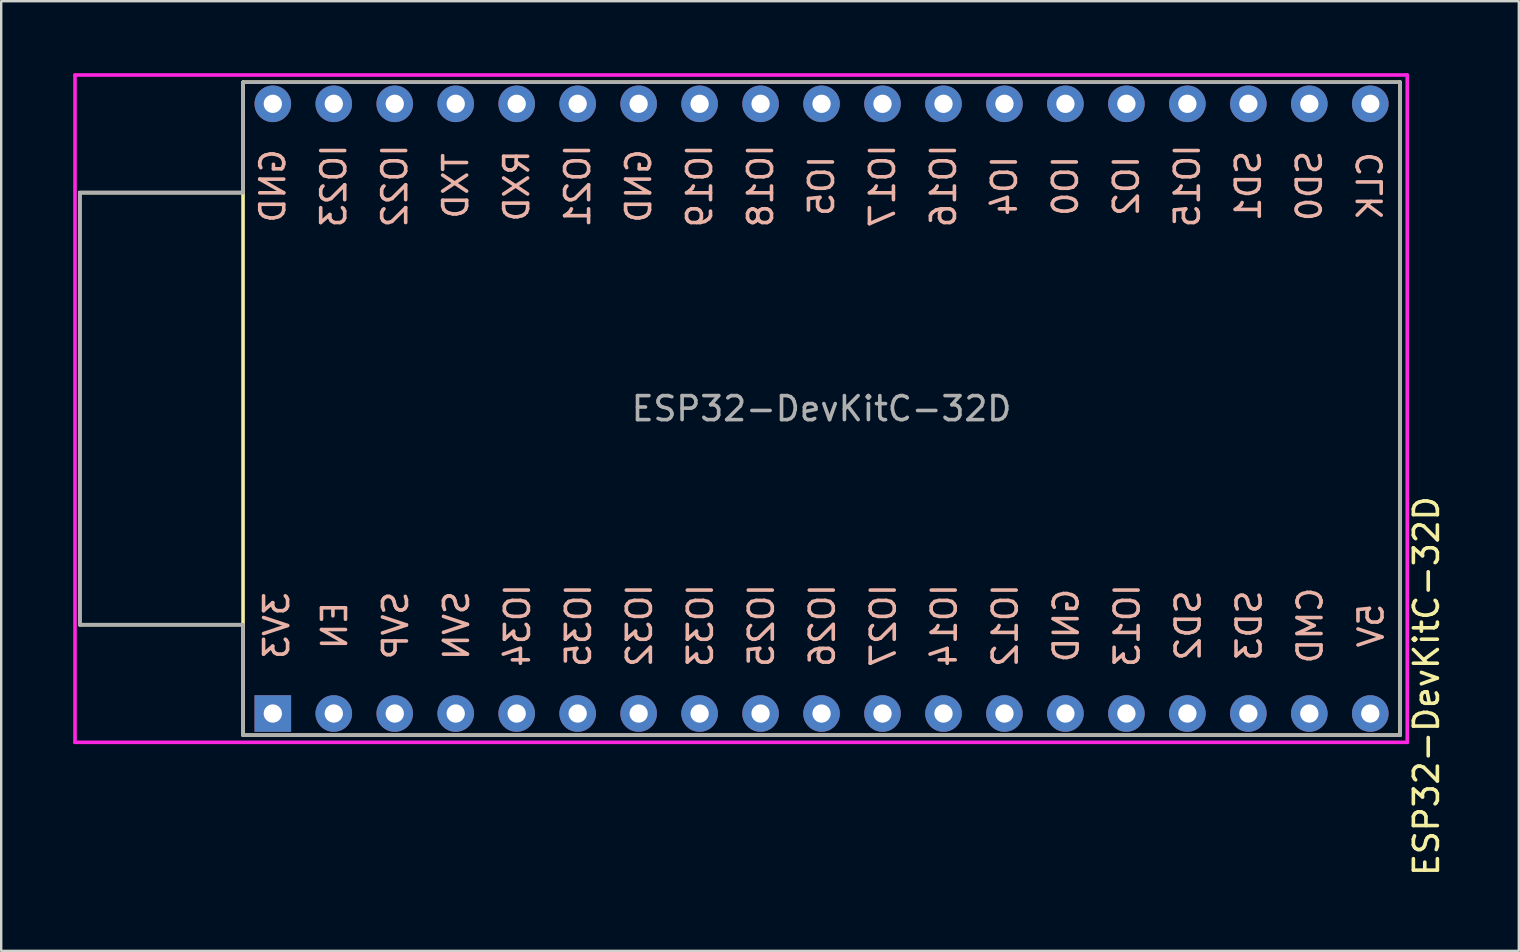
<source format=kicad_pcb>
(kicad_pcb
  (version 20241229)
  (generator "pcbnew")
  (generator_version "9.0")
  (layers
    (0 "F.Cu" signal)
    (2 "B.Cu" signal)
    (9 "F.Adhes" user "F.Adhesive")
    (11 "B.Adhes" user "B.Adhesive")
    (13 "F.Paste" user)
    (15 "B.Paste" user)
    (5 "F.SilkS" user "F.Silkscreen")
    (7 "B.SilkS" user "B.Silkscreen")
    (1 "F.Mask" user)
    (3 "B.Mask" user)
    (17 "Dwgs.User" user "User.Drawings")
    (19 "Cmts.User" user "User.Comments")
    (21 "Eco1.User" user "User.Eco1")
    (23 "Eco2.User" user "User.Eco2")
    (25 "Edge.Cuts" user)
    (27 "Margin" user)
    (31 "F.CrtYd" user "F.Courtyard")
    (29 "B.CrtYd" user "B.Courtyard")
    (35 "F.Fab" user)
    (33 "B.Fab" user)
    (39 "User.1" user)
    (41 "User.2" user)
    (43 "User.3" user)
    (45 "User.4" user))
  (footprint "ESP32-DevKitC-32D"
    (layer "F.Cu")
    (at 31.175 13.975)
    (property "Reference" "ESP32-DevKitC-32D" (at 25.2 11.557 90) (layer "F.SilkS") (effects (font (size 1 1) (thickness 0.15))))
    (attr through_hole)
    (fp_line (start -30.9 -9) (end -30.9 9) (stroke (width 0.15) (type solid)) (layer "F.SilkS"))
    (fp_line (start -30.9 -9) (end -24.1 -9) (stroke (width 0.15) (type solid)) (layer "F.SilkS"))
    (fp_line (start -24.1 -13.6) (end -24.1 13.6) (stroke (width 0.15) (type solid)) (layer "F.SilkS"))
    (fp_line (start -24.1 9) (end -30.9 9) (stroke (width 0.15) (type solid)) (layer "F.SilkS"))
    (fp_line (start -24.1 13.6) (end 24.1 13.6) (stroke (width 0.15) (type solid)) (layer "F.SilkS"))
    (fp_line (start 24.1 -13.6) (end -24.1 -13.6) (stroke (width 0.15) (type solid)) (layer "F.SilkS"))
    (fp_line (start 24.1 -13.6) (end 24.1 13.6) (stroke (width 0.15) (type solid)) (layer "F.SilkS"))
    (fp_line (start -31.1 -13.9) (end 24.4 -13.9) (stroke (width 0.15) (type solid)) (layer "F.CrtYd"))
    (fp_line (start -31.1 13.9) (end -31.1 -13.9) (stroke (width 0.15) (type solid)) (layer "F.CrtYd"))
    (fp_line (start 24.4 -13.9) (end 24.4 13.9) (stroke (width 0.15) (type solid)) (layer "F.CrtYd"))
    (fp_line (start 24.4 13.9) (end -31.1 13.9) (stroke (width 0.15) (type solid)) (layer "F.CrtYd"))
    (fp_line (start -30.9 -9) (end -24.1 -9) (stroke (width 0.15) (type solid)) (layer "F.Fab"))
    (fp_line (start -30.9 9) (end -30.9 -9) (stroke (width 0.15) (type solid)) (layer "F.Fab"))
    (fp_line (start -24.1 -13.6) (end 24.1 -13.6) (stroke (width 0.15) (type solid)) (layer "F.Fab"))
    (fp_line (start -24.1 -9) (end -24.1 -13.6) (stroke (width 0.15) (type solid)) (layer "F.Fab"))
    (fp_line (start -24.1 9) (end -30.9 9) (stroke (width 0.15) (type solid)) (layer "F.Fab"))
    (fp_line (start -24.1 13.6) (end -24.1 9) (stroke (width 0.15) (type solid)) (layer "F.Fab"))
    (fp_line (start 24.1 -13.6) (end 24.1 13.6) (stroke (width 0.15) (type solid)) (layer "F.Fab"))
    (fp_line (start 24.1 13.6) (end -24.1 13.6) (stroke (width 0.15) (type solid)) (layer "F.Fab"))
    (fp_text user "IO26" (at 0.033 9.034 270) (layer "B.SilkS") (effects (font (size 1 1) (thickness 0.15)) (justify mirror)))
    (fp_text user "GND" (at 10.193 9.034 270) (layer "B.SilkS") (effects (font (size 1 1) (thickness 0.15)) (justify mirror)))
    (fp_text user "IO21" (at -10.16 -9.278 270) (layer "B.SilkS") (effects (font (size 1 1) (thickness 0.15)) (justify mirror)))
    (fp_text user "TXD" (at -15.24 -9.278 270) (layer "B.SilkS") (effects (font (size 1 1) (thickness 0.15)) (justify mirror)))
    (fp_text user "IO0" (at 10.16 -9.278 270) (layer "B.SilkS") (effects (font (size 1 1) (thickness 0.15)) (justify mirror)))
    (fp_text user "IO4" (at 7.62 -9.278 270) (layer "B.SilkS") (effects (font (size 1 1) (thickness 0.15)) (justify mirror)))
    (fp_text user "IO19" (at -5.08 -9.278 270) (layer "B.SilkS") (effects (font (size 1 1) (thickness 0.15)) (justify mirror)))
    (fp_text user "SD3" (at 17.813 9.034 270) (layer "B.SilkS") (effects (font (size 1 1) (thickness 0.15)) (justify mirror)))
    (fp_text user "IO15" (at 15.24 -9.278 270) (layer "B.SilkS") (effects (font (size 1 1) (thickness 0.15)) (justify mirror)))
    (fp_text user "SVN" (at -15.207 9.034 270) (layer "B.SilkS") (effects (font (size 1 1) (thickness 0.15)) (justify mirror)))
    (fp_text user "SVP" (at -17.747 9.034 270) (layer "B.SilkS") (effects (font (size 1 1) (thickness 0.15)) (justify mirror)))
    (fp_text user "CMD" (at 20.353 9.034 270) (layer "B.SilkS") (effects (font (size 1 1) (thickness 0.15)) (justify mirror)))
    (fp_text user "IO22" (at -17.78 -9.278 270) (layer "B.SilkS") (effects (font (size 1 1) (thickness 0.15)) (justify mirror)))
    (fp_text user "IO35" (at -10.127 9.034 270) (layer "B.SilkS") (effects (font (size 1 1) (thickness 0.15)) (justify mirror)))
    (fp_text user "RXD" (at -12.7 -9.278 270) (layer "B.SilkS") (effects (font (size 1 1) (thickness 0.15)) (justify mirror)))
    (fp_text user "IO23" (at -20.32 -9.278 270) (layer "B.SilkS") (effects (font (size 1 1) (thickness 0.15)) (justify mirror)))
    (fp_text user "IO32" (at -7.587 9.034 270) (layer "B.SilkS") (effects (font (size 1 1) (thickness 0.15)) (justify mirror)))
    (fp_text user "5V" (at 22.893 9.034 270) (layer "B.SilkS") (effects (font (size 1 1) (thickness 0.15)) (justify mirror)))
    (fp_text user "IO5" (at 0 -9.278 270) (layer "B.SilkS") (effects (font (size 1 1) (thickness 0.15)) (justify mirror)))
    (fp_text user "IO18" (at -2.54 -9.278 270) (layer "B.SilkS") (effects (font (size 1 1) (thickness 0.15)) (justify mirror)))
    (fp_text user "SD0" (at 20.32 -9.278 270) (layer "B.SilkS") (effects (font (size 1 1) (thickness 0.15)) (justify mirror)))
    (fp_text user "SD2" (at 15.273 9.034 270) (layer "B.SilkS") (effects (font (size 1 1) (thickness 0.15)) (justify mirror)))
    (fp_text user "CLK" (at 22.86 -9.278 270) (layer "B.SilkS") (effects (font (size 1 1) (thickness 0.15)) (justify mirror)))
    (fp_text user "GND" (at -22.86 -9.278 270) (layer "B.SilkS") (effects (font (size 1 1) (thickness 0.15)) (justify mirror)))
    (fp_text user "IO16" (at 5.08 -9.278 270) (layer "B.SilkS") (effects (font (size 1 1) (thickness 0.15)) (justify mirror)))
    (fp_text user "SD1" (at 17.78 -9.278 270) (layer "B.SilkS") (effects (font (size 1 1) (thickness 0.15)) (justify mirror)))
    (fp_text user "IO33" (at -5.047 9.034 270) (layer "B.SilkS") (effects (font (size 1 1) (thickness 0.15)) (justify mirror)))
    (fp_text user "IO27" (at 2.573 9.034 270) (layer "B.SilkS") (effects (font (size 1 1) (thickness 0.15)) (justify mirror)))
    (fp_text user "EN" (at -20.287 9.034 270) (layer "B.SilkS") (effects (font (size 1 1) (thickness 0.15)) (justify mirror)))
    (fp_text user "IO12" (at 7.653 9.034 270) (layer "B.SilkS") (effects (font (size 1 1) (thickness 0.15)) (justify mirror)))
    (fp_text user "IO34" (at -12.667 9.034 270) (layer "B.SilkS") (effects (font (size 1 1) (thickness 0.15)) (justify mirror)))
    (fp_text user "GND" (at -7.62 -9.278 270) (layer "B.SilkS") (effects (font (size 1 1) (thickness 0.15)) (justify mirror)))
    (fp_text user "IO2" (at 12.7 -9.278 270) (layer "B.SilkS") (effects (font (size 1 1) (thickness 0.15)) (justify mirror)))
    (fp_text user "IO25" (at -2.507 9.034 270) (layer "B.SilkS") (effects (font (size 1 1) (thickness 0.15)) (justify mirror)))
    (fp_text user "IO14" (at 5.113 9.034 270) (layer "B.SilkS") (effects (font (size 1 1) (thickness 0.15)) (justify mirror)))
    (fp_text user "3V3" (at -22.7 9.034 270) (layer "B.SilkS") (effects (font (size 1 1) (thickness 0.15)) (justify mirror)))
    (fp_text user "IO17" (at 2.54 -9.278 270) (layer "B.SilkS") (effects (font (size 1 1) (thickness 0.15)) (justify mirror)))
    (fp_text user "IO13" (at 12.733 9.034 270) (layer "B.SilkS") (effects (font (size 1 1) (thickness 0.15)) (justify mirror)))
    (fp_text user "${REFERENCE}" (at 0 0 0) (layer "F.Fab") (effects (font (size 1 1) (thickness 0.15))))
    (pad "1" thru_hole rect (at -22.86 12.7) (size 1.524 1.524) (drill 0.762) (layers "*.Cu" "*.Mask"))
    (pad "2" thru_hole circle (at -20.32 12.7) (size 1.524 1.524) (drill 0.762) (layers "*.Cu" "*.Mask"))
    (pad "3" thru_hole circle (at -17.78 12.7) (size 1.524 1.524) (drill 0.762) (layers "*.Cu" "*.Mask"))
    (pad "4" thru_hole circle (at -15.24 12.7) (size 1.524 1.524) (drill 0.762) (layers "*.Cu" "*.Mask"))
    (pad "5" thru_hole circle (at -12.7 12.7) (size 1.524 1.524) (drill 0.762) (layers "*.Cu" "*.Mask"))
    (pad "6" thru_hole circle (at -10.16 12.7) (size 1.524 1.524) (drill 0.762) (layers "*.Cu" "*.Mask"))
    (pad "7" thru_hole circle (at -7.62 12.7) (size 1.524 1.524) (drill 0.762) (layers "*.Cu" "*.Mask"))
    (pad "8" thru_hole circle (at -5.08 12.7) (size 1.524 1.524) (drill 0.762) (layers "*.Cu" "*.Mask"))
    (pad "9" thru_hole circle (at -2.54 12.7) (size 1.524 1.524) (drill 0.762) (layers "*.Cu" "*.Mask"))
    (pad "10" thru_hole circle (at 0 12.7) (size 1.524 1.524) (drill 0.762) (layers "*.Cu" "*.Mask"))
    (pad "11" thru_hole circle (at 2.54 12.7) (size 1.524 1.524) (drill 0.762) (layers "*.Cu" "*.Mask"))
    (pad "12" thru_hole circle (at 5.08 12.7) (size 1.524 1.524) (drill 0.762) (layers "*.Cu" "*.Mask"))
    (pad "13" thru_hole circle (at 7.62 12.7) (size 1.524 1.524) (drill 0.762) (layers "*.Cu" "*.Mask"))
    (pad "14" thru_hole circle (at 10.16 12.7) (size 1.524 1.524) (drill 0.762) (layers "*.Cu" "*.Mask"))
    (pad "15" thru_hole circle (at 12.7 12.7) (size 1.524 1.524) (drill 0.762) (layers "*.Cu" "*.Mask"))
    (pad "16" thru_hole circle (at 15.24 12.7) (size 1.524 1.524) (drill 0.762) (layers "*.Cu" "*.Mask"))
    (pad "17" thru_hole circle (at 17.78 12.7) (size 1.524 1.524) (drill 0.762) (layers "*.Cu" "*.Mask"))
    (pad "18" thru_hole circle (at 20.32 12.7) (size 1.524 1.524) (drill 0.762) (layers "*.Cu" "*.Mask"))
    (pad "19" thru_hole circle (at 22.86 12.7) (size 1.524 1.524) (drill 0.762) (layers "*.Cu" "*.Mask"))
    (pad "20" thru_hole circle (at -22.86 -12.7) (size 1.524 1.524) (drill 0.762) (layers "*.Cu" "*.Mask"))
    (pad "21" thru_hole circle (at -20.32 -12.7) (size 1.524 1.524) (drill 0.762) (layers "*.Cu" "*.Mask"))
    (pad "22" thru_hole circle (at -17.78 -12.7) (size 1.524 1.524) (drill 0.762) (layers "*.Cu" "*.Mask"))
    (pad "23" thru_hole circle (at -15.24 -12.7) (size 1.524 1.524) (drill 0.762) (layers "*.Cu" "*.Mask"))
    (pad "24" thru_hole circle (at -12.7 -12.7) (size 1.524 1.524) (drill 0.762) (layers "*.Cu" "*.Mask"))
    (pad "25" thru_hole circle (at -10.16 -12.7) (size 1.524 1.524) (drill 0.762) (layers "*.Cu" "*.Mask"))
    (pad "26" thru_hole circle (at -7.62 -12.7) (size 1.524 1.524) (drill 0.762) (layers "*.Cu" "*.Mask"))
    (pad "27" thru_hole circle (at -5.08 -12.7) (size 1.524 1.524) (drill 0.762) (layers "*.Cu" "*.Mask"))
    (pad "28" thru_hole circle (at -2.54 -12.7) (size 1.524 1.524) (drill 0.762) (layers "*.Cu" "*.Mask"))
    (pad "29" thru_hole circle (at 0 -12.7) (size 1.524 1.524) (drill 0.762) (layers "*.Cu" "*.Mask"))
    (pad "30" thru_hole circle (at 2.54 -12.7) (size 1.524 1.524) (drill 0.762) (layers "*.Cu" "*.Mask"))
    (pad "31" thru_hole circle (at 5.08 -12.7) (size 1.524 1.524) (drill 0.762) (layers "*.Cu" "*.Mask"))
    (pad "32" thru_hole circle (at 7.62 -12.7) (size 1.524 1.524) (drill 0.762) (layers "*.Cu" "*.Mask"))
    (pad "33" thru_hole circle (at 10.16 -12.7) (size 1.524 1.524) (drill 0.762) (layers "*.Cu" "*.Mask"))
    (pad "34" thru_hole circle (at 12.7 -12.7) (size 1.524 1.524) (drill 0.762) (layers "*.Cu" "*.Mask"))
    (pad "35" thru_hole circle (at 15.24 -12.7) (size 1.524 1.524) (drill 0.762) (layers "*.Cu" "*.Mask"))
    (pad "36" thru_hole circle (at 17.78 -12.7) (size 1.524 1.524) (drill 0.762) (layers "*.Cu" "*.Mask"))
    (pad "37" thru_hole circle (at 20.32 -12.7) (size 1.524 1.524) (drill 0.762) (layers "*.Cu" "*.Mask"))
    (pad "38" thru_hole circle (at 22.86 -12.7) (size 1.524 1.524) (drill 0.762) (layers "*.Cu" "*.Mask")))
  (gr_rect
    (start -3 -3)
    (end 60.223 36.562)
    (stroke (width 0.1) (type default))
    (fill no)
    (layer "Edge.Cuts")))
</source>
